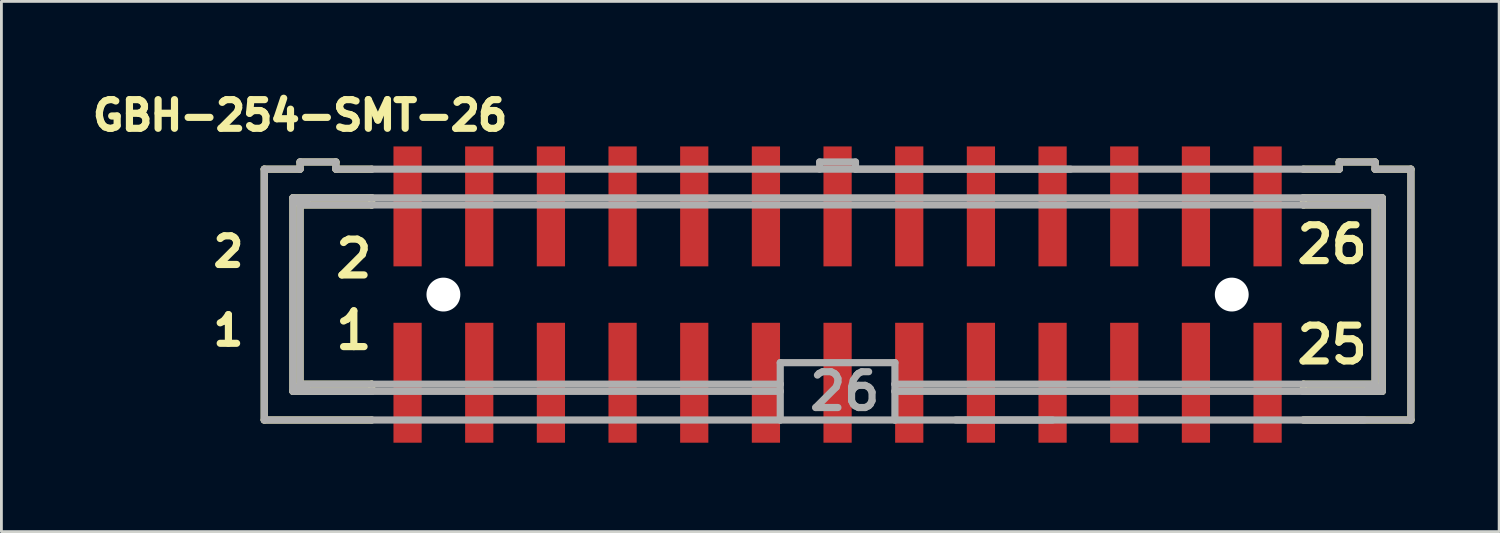
<source format=kicad_pcb>
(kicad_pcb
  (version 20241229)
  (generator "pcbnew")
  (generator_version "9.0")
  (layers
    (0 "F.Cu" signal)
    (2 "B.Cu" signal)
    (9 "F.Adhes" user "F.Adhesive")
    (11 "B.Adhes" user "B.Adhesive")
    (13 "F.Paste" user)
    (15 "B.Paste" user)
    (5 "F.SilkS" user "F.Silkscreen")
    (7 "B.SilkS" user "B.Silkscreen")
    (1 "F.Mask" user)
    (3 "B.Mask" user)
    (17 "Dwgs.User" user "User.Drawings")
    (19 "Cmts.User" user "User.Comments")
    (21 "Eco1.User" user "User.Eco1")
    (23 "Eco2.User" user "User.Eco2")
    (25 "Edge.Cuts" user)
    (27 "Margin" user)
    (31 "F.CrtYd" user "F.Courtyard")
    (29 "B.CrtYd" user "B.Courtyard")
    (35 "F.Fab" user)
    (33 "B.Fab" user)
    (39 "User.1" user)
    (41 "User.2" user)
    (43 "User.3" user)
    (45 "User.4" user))
  (footprint "GBH-254-SMT-26"
    (layer "F.Cu")
    (at 26.635 7.39)
    (property "Reference" "GBH-254-SMT-26" (at -19.05 -6.35 0) (layer "F.SilkS") (effects (font (size 1.016 1.016) (thickness 0.254))))
    (attr smd)
    (fp_line (start -20.32 -4.445) (end -20.32 4.445) (stroke (width 0.254) (type solid)) (layer "F.SilkS"))
    (fp_line (start -20.32 -4.445) (end -19.05 -4.445) (stroke (width 0.254) (type solid)) (layer "F.SilkS"))
    (fp_line (start -20.32 4.445) (end -16.51 4.445) (stroke (width 0.254) (type solid)) (layer "F.SilkS"))
    (fp_line (start -19.304 -3.429) (end -19.304 3.429) (stroke (width 0.254) (type solid)) (layer "F.SilkS"))
    (fp_line (start -19.304 3.429) (end -16.51 3.429) (stroke (width 0.254) (type solid)) (layer "F.SilkS"))
    (fp_line (start -19.21 -3.3) (end -18.81 -3.3) (stroke (width 0.254) (type solid)) (layer "F.SilkS"))
    (fp_line (start -19.21 3.3) (end -18.81 3.3) (stroke (width 0.254) (type solid)) (layer "F.SilkS"))
    (fp_line (start -19.05 -4.699) (end -19.05 -4.445) (stroke (width 0.254) (type solid)) (layer "F.SilkS"))
    (fp_line (start -19.05 -3.175) (end -19.05 3.175) (stroke (width 0.254) (type solid)) (layer "F.SilkS"))
    (fp_line (start -19.05 -3.175) (end -16.51 -3.175) (stroke (width 0.254) (type solid)) (layer "F.SilkS"))
    (fp_line (start -17.78 -4.699) (end -19.05 -4.699) (stroke (width 0.254) (type solid)) (layer "F.SilkS"))
    (fp_line (start -17.78 -4.699) (end -17.78 -4.445) (stroke (width 0.254) (type solid)) (layer "F.SilkS"))
    (fp_line (start -17.78 -4.445) (end -16.51 -4.445) (stroke (width 0.254) (type solid)) (layer "F.SilkS"))
    (fp_line (start -16.51 -3.429) (end -19.304 -3.429) (stroke (width 0.254) (type solid)) (layer "F.SilkS"))
    (fp_line (start -16.51 -3.429) (end -16.51 -3.175) (stroke (width 0.254) (type solid)) (layer "F.SilkS"))
    (fp_line (start -16.51 3.175) (end -19.05 3.175) (stroke (width 0.254) (type solid)) (layer "F.SilkS"))
    (fp_line (start -16.51 3.175) (end -16.51 3.429) (stroke (width 0.254) (type solid)) (layer "F.SilkS"))
    (fp_line (start 16.51 -4.445) (end 17.78 -4.445) (stroke (width 0.254) (type solid)) (layer "F.SilkS"))
    (fp_line (start 16.51 -3.429) (end 16.51 -3.175) (stroke (width 0.254) (type solid)) (layer "F.SilkS"))
    (fp_line (start 16.51 -3.175) (end 19.05 -3.175) (stroke (width 0.254) (type solid)) (layer "F.SilkS"))
    (fp_line (start 16.51 3.175) (end 16.51 3.429) (stroke (width 0.254) (type solid)) (layer "F.SilkS"))
    (fp_line (start 16.51 3.429) (end 19.304 3.429) (stroke (width 0.254) (type solid)) (layer "F.SilkS"))
    (fp_line (start 17.78 -4.445) (end 17.78 -4.699) (stroke (width 0.254) (type solid)) (layer "F.SilkS"))
    (fp_line (start 18.81 -3.3) (end 19.21 -3.3) (stroke (width 0.254) (type solid)) (layer "F.SilkS"))
    (fp_line (start 18.81 3.3) (end 19.21 3.3) (stroke (width 0.254) (type solid)) (layer "F.SilkS"))
    (fp_line (start 19.05 -4.699) (end 17.78 -4.699) (stroke (width 0.254) (type solid)) (layer "F.SilkS"))
    (fp_line (start 19.05 -4.445) (end 19.05 -4.699) (stroke (width 0.254) (type solid)) (layer "F.SilkS"))
    (fp_line (start 19.05 -4.445) (end 20.32 -4.445) (stroke (width 0.254) (type solid)) (layer "F.SilkS"))
    (fp_line (start 19.05 3.175) (end 16.51 3.175) (stroke (width 0.254) (type solid)) (layer "F.SilkS"))
    (fp_line (start 19.05 3.175) (end 19.05 -3.175) (stroke (width 0.254) (type solid)) (layer "F.SilkS"))
    (fp_line (start 19.304 -3.429) (end 16.51 -3.429) (stroke (width 0.254) (type solid)) (layer "F.SilkS"))
    (fp_line (start 19.304 3.429) (end 19.304 -3.429) (stroke (width 0.254) (type solid)) (layer "F.SilkS"))
    (fp_line (start 20.32 4.445) (end 16.51 4.445) (stroke (width 0.254) (type solid)) (layer "F.SilkS"))
    (fp_line (start 20.32 4.445) (end 20.32 -4.445) (stroke (width 0.254) (type solid)) (layer "F.SilkS"))
    (fp_line (start -20.32 -4.445) (end -20.32 4.445) (stroke (width 0.254) (type solid)) (layer "F.Fab"))
    (fp_line (start -20.32 -4.445) (end -19.05 -4.445) (stroke (width 0.254) (type solid)) (layer "F.Fab"))
    (fp_line (start -20.32 4.445) (end -16.51 4.445) (stroke (width 0.254) (type solid)) (layer "F.Fab"))
    (fp_line (start -19.304 -3.429) (end -19.304 3.429) (stroke (width 0.254) (type solid)) (layer "F.Fab"))
    (fp_line (start -19.304 3.429) (end -16.51 3.429) (stroke (width 0.254) (type solid)) (layer "F.Fab"))
    (fp_line (start -19.21 -3.3) (end -18.81 -3.3) (stroke (width 0.254) (type solid)) (layer "F.Fab"))
    (fp_line (start -19.21 3.3) (end -18.81 3.3) (stroke (width 0.254) (type solid)) (layer "F.Fab"))
    (fp_line (start -19.05 -4.699) (end -19.05 -4.445) (stroke (width 0.254) (type solid)) (layer "F.Fab"))
    (fp_line (start -19.05 -3.175) (end -19.05 3.175) (stroke (width 0.254) (type solid)) (layer "F.Fab"))
    (fp_line (start -19.05 -3.175) (end -16.51 -3.175) (stroke (width 0.254) (type solid)) (layer "F.Fab"))
    (fp_line (start -17.78 -4.699) (end -19.05 -4.699) (stroke (width 0.254) (type solid)) (layer "F.Fab"))
    (fp_line (start -17.78 -4.699) (end -17.78 -4.445) (stroke (width 0.254) (type solid)) (layer "F.Fab"))
    (fp_line (start -17.78 -4.445) (end -16.51 -4.445) (stroke (width 0.254) (type solid)) (layer "F.Fab"))
    (fp_line (start -16.51 -4.445) (end 8.255 -4.445) (stroke (width 0.254) (type solid)) (layer "F.Fab"))
    (fp_line (start -16.51 -3.429) (end -19.304 -3.429) (stroke (width 0.254) (type solid)) (layer "F.Fab"))
    (fp_line (start -16.51 -3.175) (end 16.51 -3.175) (stroke (width 0.254) (type solid)) (layer "F.Fab"))
    (fp_line (start -16.51 3.175) (end -19.05 3.175) (stroke (width 0.254) (type solid)) (layer "F.Fab"))
    (fp_line (start -16.51 3.429) (end -2.032 3.429) (stroke (width 0.254) (type solid)) (layer "F.Fab"))
    (fp_line (start -16.51 4.445) (end -2.032 4.445) (stroke (width 0.254) (type solid)) (layer "F.Fab"))
    (fp_line (start -2.032 3.175) (end -16.51 3.175) (stroke (width 0.254) (type solid)) (layer "F.Fab"))
    (fp_line (start -2.032 3.175) (end -2.032 2.413) (stroke (width 0.254) (type solid)) (layer "F.Fab"))
    (fp_line (start -2.032 3.175) (end -2.032 3.429) (stroke (width 0.254) (type solid)) (layer "F.Fab"))
    (fp_line (start -2.032 3.429) (end -2.032 4.445) (stroke (width 0.254) (type solid)) (layer "F.Fab"))
    (fp_line (start -0.635 -4.699) (end -0.635 -4.445) (stroke (width 0.254) (type solid)) (layer "F.Fab"))
    (fp_line (start 0.635 -4.699) (end -0.635 -4.699) (stroke (width 0.254) (type solid)) (layer "F.Fab"))
    (fp_line (start 0.635 -4.699) (end 0.635 -4.445) (stroke (width 0.254) (type solid)) (layer "F.Fab"))
    (fp_line (start 0.635 -4.445) (end 16.51 -4.445) (stroke (width 0.254) (type solid)) (layer "F.Fab"))
    (fp_line (start 2.032 2.413) (end -2.032 2.413) (stroke (width 0.254) (type solid)) (layer "F.Fab"))
    (fp_line (start 2.032 2.413) (end 2.032 3.175) (stroke (width 0.254) (type solid)) (layer "F.Fab"))
    (fp_line (start 2.032 3.175) (end 2.032 3.429) (stroke (width 0.254) (type solid)) (layer "F.Fab"))
    (fp_line (start 2.032 3.429) (end 2.032 4.445) (stroke (width 0.254) (type solid)) (layer "F.Fab"))
    (fp_line (start 2.032 3.429) (end 16.51 3.429) (stroke (width 0.254) (type solid)) (layer "F.Fab"))
    (fp_line (start 2.032 4.445) (end -2.032 4.445) (stroke (width 0.254) (type solid)) (layer "F.Fab"))
    (fp_line (start 7.62 4.445) (end 4.191 4.445) (stroke (width 0.254) (type solid)) (layer "F.Fab"))
    (fp_line (start 16.51 -4.445) (end 17.78 -4.445) (stroke (width 0.254) (type solid)) (layer "F.Fab"))
    (fp_line (start 16.51 -3.429) (end -16.51 -3.429) (stroke (width 0.254) (type solid)) (layer "F.Fab"))
    (fp_line (start 16.51 -3.175) (end 19.05 -3.175) (stroke (width 0.254) (type solid)) (layer "F.Fab"))
    (fp_line (start 16.51 3.175) (end 2.032 3.175) (stroke (width 0.254) (type solid)) (layer "F.Fab"))
    (fp_line (start 16.51 3.429) (end 19.304 3.429) (stroke (width 0.254) (type solid)) (layer "F.Fab"))
    (fp_line (start 17.78 -4.445) (end 17.78 -4.699) (stroke (width 0.254) (type solid)) (layer "F.Fab"))
    (fp_line (start 18.669 4.445) (end 2.032 4.445) (stroke (width 0.254) (type solid)) (layer "F.Fab"))
    (fp_line (start 18.81 -3.3) (end 19.21 -3.3) (stroke (width 0.254) (type solid)) (layer "F.Fab"))
    (fp_line (start 18.81 3.3) (end 19.21 3.3) (stroke (width 0.254) (type solid)) (layer "F.Fab"))
    (fp_line (start 19.05 -4.699) (end 17.78 -4.699) (stroke (width 0.254) (type solid)) (layer "F.Fab"))
    (fp_line (start 19.05 -4.445) (end 19.05 -4.699) (stroke (width 0.254) (type solid)) (layer "F.Fab"))
    (fp_line (start 19.05 -4.445) (end 20.32 -4.445) (stroke (width 0.254) (type solid)) (layer "F.Fab"))
    (fp_line (start 19.05 3.175) (end 16.51 3.175) (stroke (width 0.254) (type solid)) (layer "F.Fab"))
    (fp_line (start 19.05 3.175) (end 19.05 -3.175) (stroke (width 0.254) (type solid)) (layer "F.Fab"))
    (fp_line (start 19.304 -3.429) (end 16.51 -3.429) (stroke (width 0.254) (type solid)) (layer "F.Fab"))
    (fp_line (start 19.304 3.429) (end 19.304 -3.429) (stroke (width 0.254) (type solid)) (layer "F.Fab"))
    (fp_line (start 20.32 4.445) (end 16.51 4.445) (stroke (width 0.254) (type solid)) (layer "F.Fab"))
    (fp_line (start 20.32 4.445) (end 20.32 -4.445) (stroke (width 0.254) (type solid)) (layer "F.Fab"))
    (fp_text user "25" (at 17.526 1.778 0) (layer "F.SilkS") (effects (font (size 1.27 1.27) (thickness 0.254))))
    (fp_text user "2" (at -21.59 -1.524 0) (layer "F.SilkS") (effects (font (size 1.016 1.016) (thickness 0.254))))
    (fp_text user "1" (at -17.145 1.27 0) (layer "F.SilkS") (effects (font (size 1.27 1.27) (thickness 0.254))))
    (fp_text user "1" (at -21.59 1.27 0) (layer "F.SilkS") (effects (font (size 1.016 1.016) (thickness 0.254))))
    (fp_text user "2" (at -17.145 -1.27 0) (layer "F.SilkS") (effects (font (size 1.27 1.27) (thickness 0.254))))
    (fp_text user "26" (at 17.526 -1.778 0) (layer "F.SilkS") (effects (font (size 1.27 1.27) (thickness 0.254))))
    (fp_text user "26" (at 0.254 3.429 0) (layer "F.Fab") (effects (font (size 1.27 1.27) (thickness 0.254))))
    (pad "" smd rect (at -15.24 -3.125) (size 1.7 4.55) (layers "F.Paste"))
    (pad "" smd rect (at -15.24 3.125) (size 1.7 4.55) (layers "F.Paste"))
    (pad "" np_thru_hole circle (at -13.97 0) (size 1.2 1.2) (drill 1.2) (layers "*.Cu" "*.Mask"))
    (pad "" smd rect (at -12.7 -3.125) (size 1.7 4.55) (layers "F.Paste"))
    (pad "" smd rect (at -12.7 3.125) (size 1.7 4.55) (layers "F.Paste"))
    (pad "" smd rect (at -10.16 -3.125) (size 1.7 4.55) (layers "F.Paste"))
    (pad "" smd rect (at -10.16 3.125) (size 1.7 4.55) (layers "F.Paste"))
    (pad "" smd rect (at -7.62 -3.125) (size 1.7 4.55) (layers "F.Paste"))
    (pad "" smd rect (at -7.62 3.125) (size 1.7 4.55) (layers "F.Paste"))
    (pad "" smd rect (at -5.08 -3.125) (size 1.7 4.55) (layers "F.Paste"))
    (pad "" smd rect (at -5.08 3.125) (size 1.7 4.55) (layers "F.Paste"))
    (pad "" smd rect (at -2.54 -3.125) (size 1.7 4.55) (layers "F.Paste"))
    (pad "" smd rect (at -2.54 3.125) (size 1.7 4.55) (layers "F.Paste"))
    (pad "" smd rect (at 0 -3.125) (size 1.7 4.55) (layers "F.Paste"))
    (pad "" smd rect (at 0 3.125) (size 1.7 4.55) (layers "F.Paste"))
    (pad "" smd rect (at 2.54 -3.125) (size 1.7 4.55) (layers "F.Paste"))
    (pad "" smd rect (at 2.54 3.125) (size 1.7 4.55) (layers "F.Paste"))
    (pad "" smd rect (at 5.08 -3.125) (size 1.7 4.55) (layers "F.Paste"))
    (pad "" smd rect (at 5.08 3.125) (size 1.7 4.55) (layers "F.Paste"))
    (pad "" smd rect (at 7.62 -3.125) (size 1.7 4.55) (layers "F.Paste"))
    (pad "" smd rect (at 7.62 3.125) (size 1.7 4.55) (layers "F.Paste"))
    (pad "" smd rect (at 10.16 -3.125) (size 1.7 4.55) (layers "F.Paste"))
    (pad "" smd rect (at 10.16 3.125) (size 1.7 4.55) (layers "F.Paste"))
    (pad "" smd rect (at 12.7 -3.125) (size 1.7 4.55) (layers "F.Paste"))
    (pad "" smd rect (at 12.7 3.125) (size 1.7 4.55) (layers "F.Paste"))
    (pad "" np_thru_hole circle (at 13.97 0) (size 1.2 1.2) (drill 1.2) (layers "*.Cu" "*.Mask"))
    (pad "" smd rect (at 15.24 -3.125) (size 1.7 4.55) (layers "F.Paste"))
    (pad "" smd rect (at 15.24 3.125) (size 1.7 4.55) (layers "F.Paste"))
    (pad "1" smd rect (at -15.24 3.125 90) (size 4.25 1) (layers "F.Cu" "F.Mask"))
    (pad "2" smd rect (at -15.24 -3.125 90) (size 4.25 1) (layers "F.Cu" "F.Mask"))
    (pad "3" smd rect (at -12.7 3.125 90) (size 4.25 1) (layers "F.Cu" "F.Mask"))
    (pad "4" smd rect (at -12.7 -3.125 90) (size 4.25 1) (layers "F.Cu" "F.Mask"))
    (pad "5" smd rect (at -10.16 3.125 90) (size 4.25 1) (layers "F.Cu" "F.Mask"))
    (pad "6" smd rect (at -10.16 -3.125 90) (size 4.25 1) (layers "F.Cu" "F.Mask"))
    (pad "7" smd rect (at -7.62 3.125 90) (size 4.25 1) (layers "F.Cu" "F.Mask"))
    (pad "8" smd rect (at -7.62 -3.125 90) (size 4.25 1) (layers "F.Cu" "F.Mask"))
    (pad "9" smd rect (at -5.08 3.125 90) (size 4.25 1) (layers "F.Cu" "F.Mask"))
    (pad "10" smd rect (at -5.08 -3.125 90) (size 4.25 1) (layers "F.Cu" "F.Mask"))
    (pad "11" smd rect (at -2.54 3.125 90) (size 4.25 1) (layers "F.Cu" "F.Mask"))
    (pad "12" smd rect (at -2.54 -3.125 90) (size 4.25 1) (layers "F.Cu" "F.Mask"))
    (pad "13" smd rect (at 0 3.125 90) (size 4.25 1) (layers "F.Cu" "F.Mask"))
    (pad "14" smd rect (at 0 -3.125 90) (size 4.25 1) (layers "F.Cu" "F.Mask"))
    (pad "15" smd rect (at 2.54 3.125 90) (size 4.25 1) (layers "F.Cu" "F.Mask"))
    (pad "16" smd rect (at 2.54 -3.125 90) (size 4.25 1) (layers "F.Cu" "F.Mask"))
    (pad "17" smd rect (at 5.08 3.125 90) (size 4.25 1) (layers "F.Cu" "F.Mask"))
    (pad "18" smd rect (at 5.08 -3.125 90) (size 4.25 1) (layers "F.Cu" "F.Mask"))
    (pad "19" smd rect (at 7.62 3.125 90) (size 4.25 1) (layers "F.Cu" "F.Mask"))
    (pad "20" smd rect (at 7.62 -3.125 90) (size 4.25 1) (layers "F.Cu" "F.Mask"))
    (pad "21" smd rect (at 10.16 3.125 270) (size 4.25 1) (layers "F.Cu" "F.Mask"))
    (pad "22" smd rect (at 10.16 -3.125 90) (size 4.25 1) (layers "F.Cu" "F.Mask"))
    (pad "23" smd rect (at 12.7 3.125 270) (size 4.25 1) (layers "F.Cu" "F.Mask"))
    (pad "24" smd rect (at 12.7 -3.125 90) (size 4.25 1) (layers "F.Cu" "F.Mask"))
    (pad "25" smd rect (at 15.24 3.125 270) (size 4.25 1) (layers "F.Cu" "F.Mask"))
    (pad "26" smd rect (at 15.24 -3.125 90) (size 4.25 1) (layers "F.Cu" "F.Mask")))
  (gr_rect
    (start -3 -3)
    (end 50.082 15.79)
    (stroke (width 0.1) (type default))
    (fill no)
    (layer "Edge.Cuts")))
</source>
